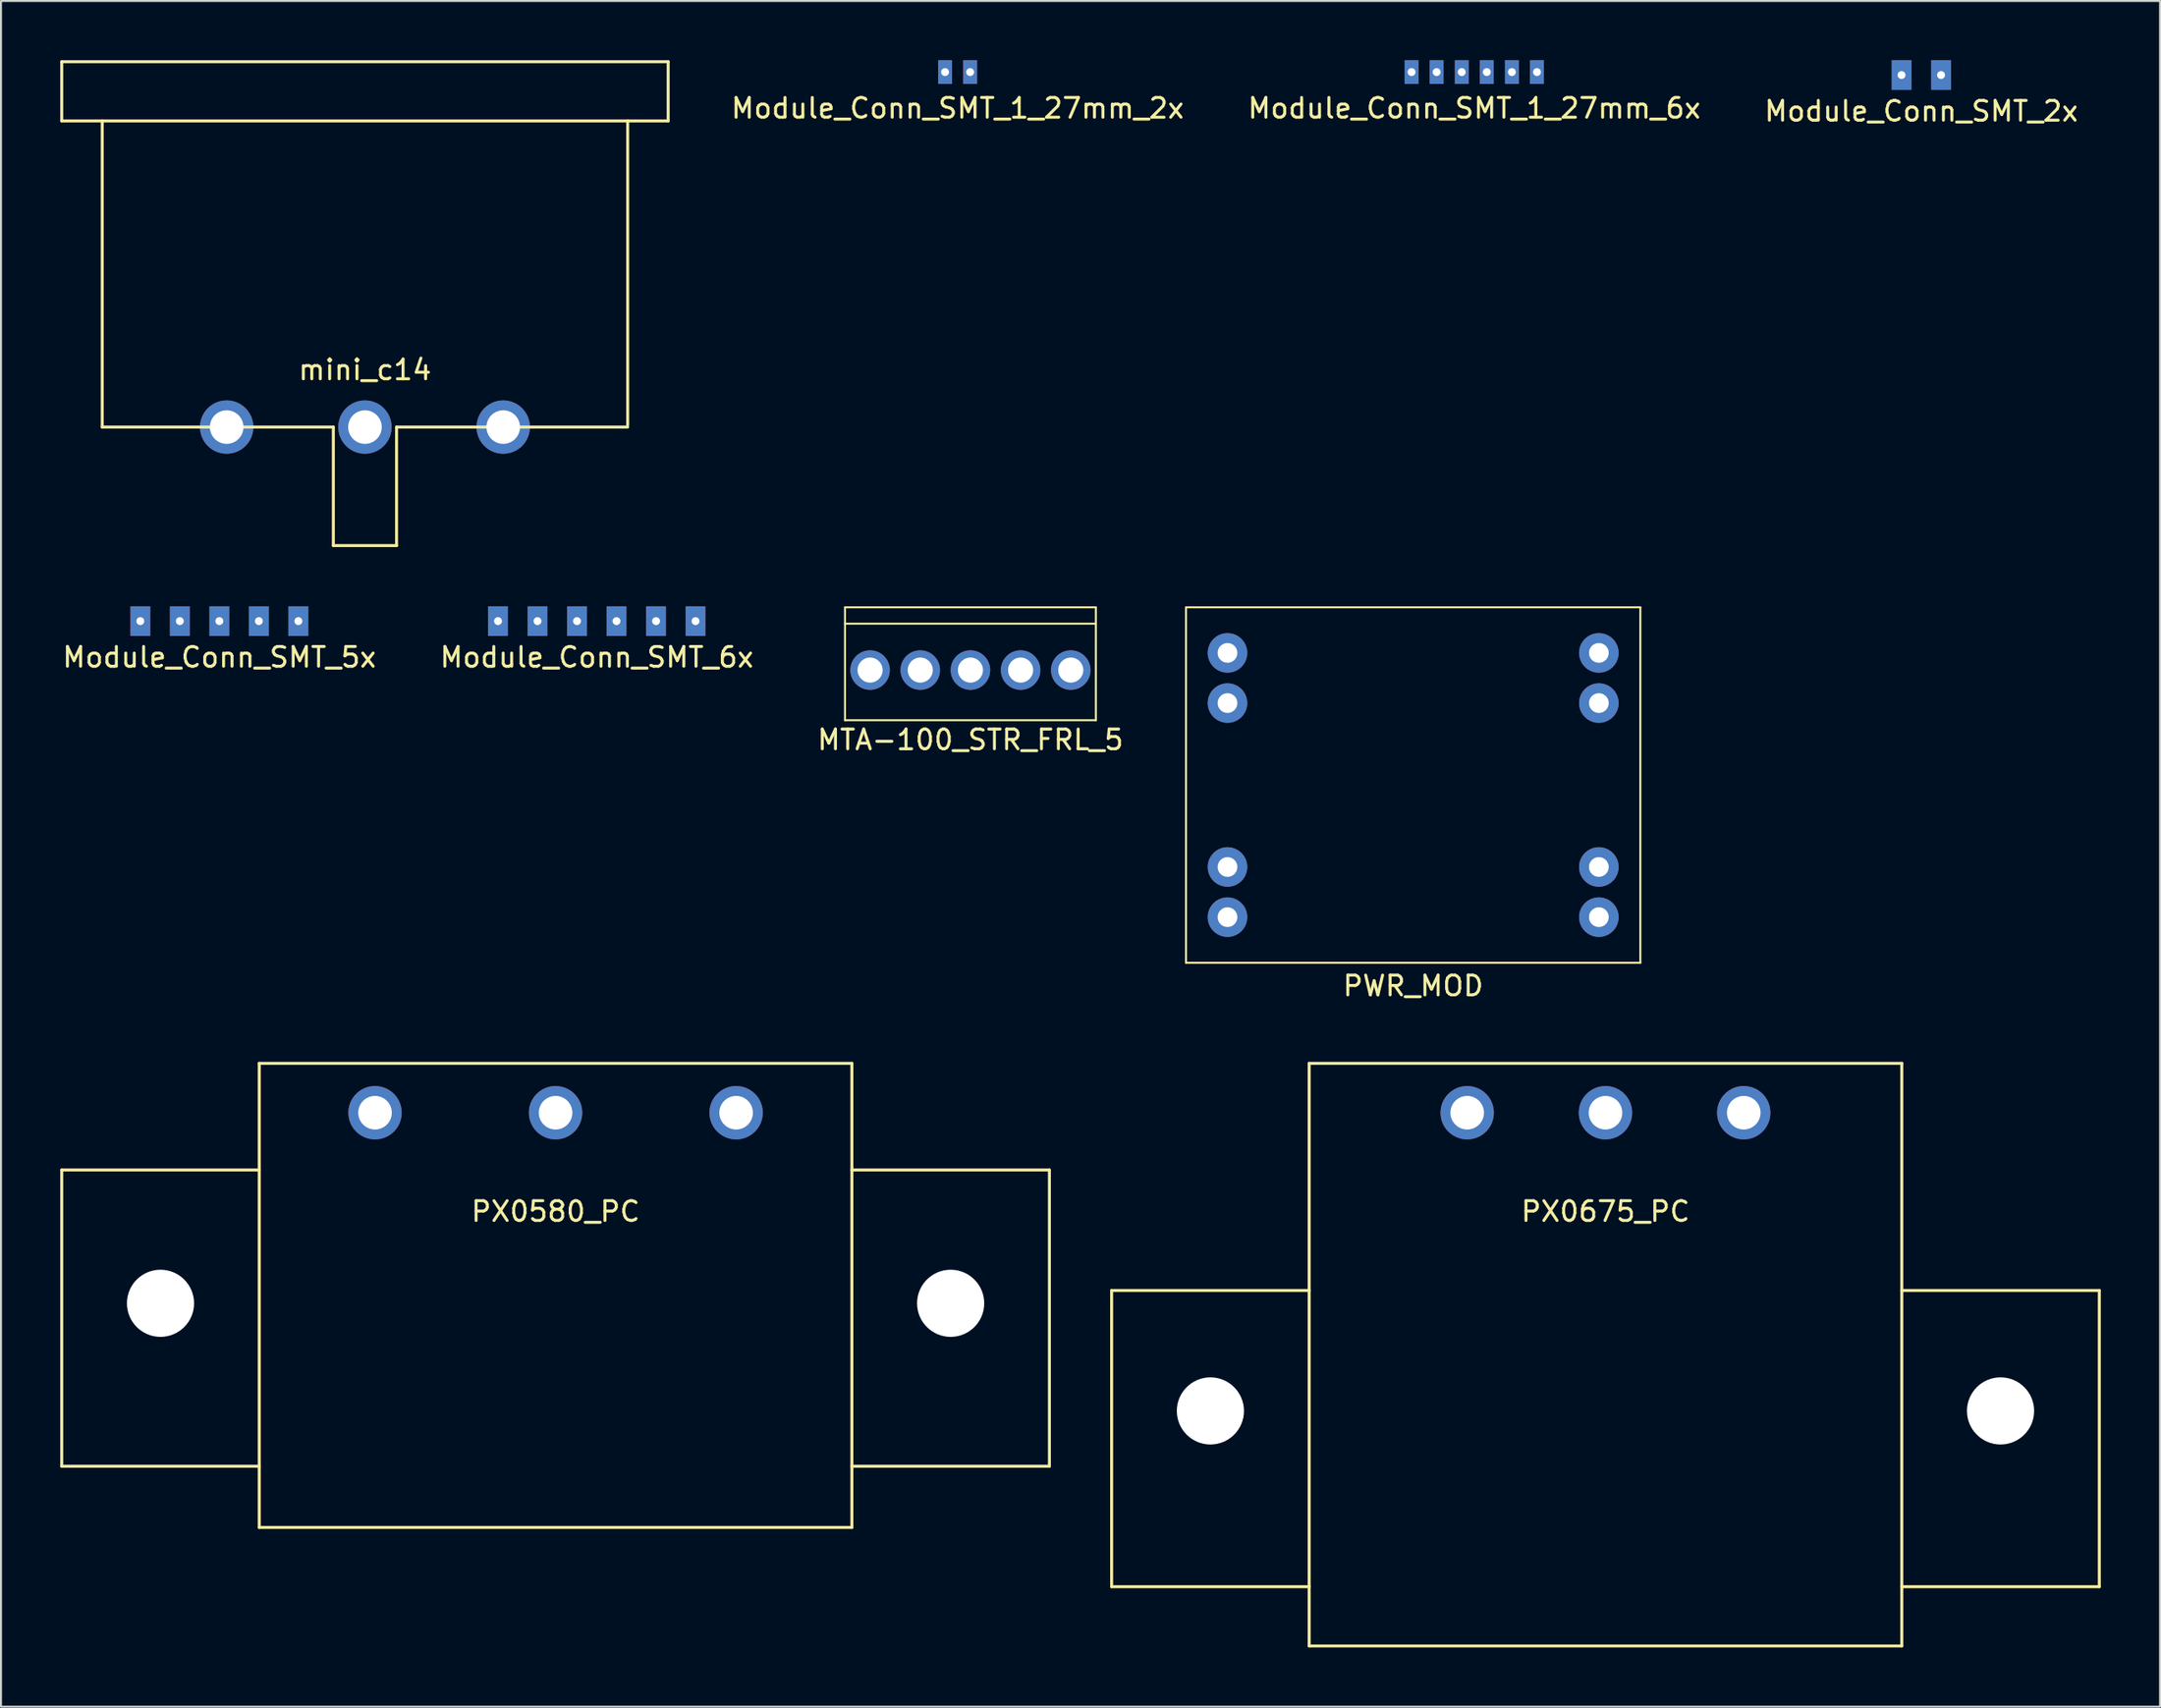
<source format=kicad_pcb>
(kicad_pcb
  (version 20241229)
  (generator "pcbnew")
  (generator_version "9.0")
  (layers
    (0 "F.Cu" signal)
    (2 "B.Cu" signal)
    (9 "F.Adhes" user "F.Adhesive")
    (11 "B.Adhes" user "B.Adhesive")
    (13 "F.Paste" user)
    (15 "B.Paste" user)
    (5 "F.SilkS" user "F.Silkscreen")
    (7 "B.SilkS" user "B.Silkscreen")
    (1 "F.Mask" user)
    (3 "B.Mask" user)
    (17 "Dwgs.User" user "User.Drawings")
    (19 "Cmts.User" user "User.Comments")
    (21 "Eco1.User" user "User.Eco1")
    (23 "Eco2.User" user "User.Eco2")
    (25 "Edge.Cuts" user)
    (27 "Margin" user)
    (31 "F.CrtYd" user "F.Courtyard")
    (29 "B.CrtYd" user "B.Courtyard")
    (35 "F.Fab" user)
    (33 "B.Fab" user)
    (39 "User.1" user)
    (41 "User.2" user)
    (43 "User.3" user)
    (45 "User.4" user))
  (footprint "Module_Conn_SMT_1_27mm_6x"
    (layer "F.Cu")
    (at 71.582 0.6)
    (property "Reference" "Module_Conn_SMT_1_27mm_6x" (at 0 1.83 0) (layer "F.SilkS") (effects (font (size 1 1) (thickness 0.15))))
    (attr through_hole)
    (pad "1" thru_hole rect (at 3.175 0) (size 0.7 1.2) (drill 0.4) (layers "*.Cu" "*.Mask"))
    (pad "2" thru_hole rect (at 1.905 0) (size 0.7 1.2) (drill 0.4) (layers "*.Cu" "*.Mask"))
    (pad "3" thru_hole rect (at 0.635 0) (size 0.7 1.2) (drill 0.4) (layers "*.Cu" "*.Mask"))
    (pad "4" thru_hole rect (at -0.635 0) (size 0.7 1.2) (drill 0.4) (layers "*.Cu" "*.Mask"))
    (pad "5" thru_hole rect (at -1.905 0) (size 0.7 1.2) (drill 0.4) (layers "*.Cu" "*.Mask"))
    (pad "6" thru_hole rect (at -3.175 0) (size 0.7 1.2) (drill 0.4) (layers "*.Cu" "*.Mask")))
  (footprint "mini_c14"
    (layer "F.Cu")
    (at 15.425 18.575)
    (property "Reference" "mini_c14" (at 0 -2.9 0) (layer "F.SilkS") (effects (font (size 1 1) (thickness 0.15))))
    (attr through_hole)
    (fp_line (start -15.35 -18.5) (end -15.35 -15.5) (stroke (width 0.15) (type solid)) (layer "F.SilkS"))
    (fp_line (start -15.35 -15.5) (end -13.3 -15.5) (stroke (width 0.15) (type solid)) (layer "F.SilkS"))
    (fp_line (start -13.3 -15.5) (end -13.3 0) (stroke (width 0.15) (type solid)) (layer "F.SilkS"))
    (fp_line (start -13.3 0) (end -1.6 0) (stroke (width 0.15) (type solid)) (layer "F.SilkS"))
    (fp_line (start -1.6 0) (end -1.6 6) (stroke (width 0.15) (type solid)) (layer "F.SilkS"))
    (fp_line (start -1.6 6) (end 1.6 6) (stroke (width 0.15) (type solid)) (layer "F.SilkS"))
    (fp_line (start 1.6 0) (end 13.3 0) (stroke (width 0.15) (type solid)) (layer "F.SilkS"))
    (fp_line (start 1.6 6) (end 1.6 0) (stroke (width 0.15) (type solid)) (layer "F.SilkS"))
    (fp_line (start 13.3 -15.5) (end -13.3 -15.5) (stroke (width 0.15) (type solid)) (layer "F.SilkS"))
    (fp_line (start 13.3 -15.5) (end 15.35 -15.5) (stroke (width 0.15) (type solid)) (layer "F.SilkS"))
    (fp_line (start 13.3 -0.1) (end 13.3 -15.5) (stroke (width 0.15) (type solid)) (layer "F.SilkS"))
    (fp_line (start 15.35 -18.5) (end -15.35 -18.5) (stroke (width 0.15) (type solid)) (layer "F.SilkS"))
    (fp_line (start 15.35 -15.5) (end 15.35 -18.5) (stroke (width 0.15) (type solid)) (layer "F.SilkS"))
    (pad "1" thru_hole circle (at 7 0) (size 2.7 2.7) (drill 1.7) (layers "*.Cu" "*.Mask"))
    (pad "2" thru_hole circle (at 0 0) (size 2.7 2.7) (drill 1.7) (layers "*.Cu" "*.Mask"))
    (pad "3" thru_hole circle (at -7 0) (size 2.7 2.7) (drill 1.7) (layers "*.Cu" "*.Mask")))
  (footprint "PWR_MOD"
    (layer "F.Cu")
    (at 68.49 36.7)
    (property "Reference" "PWR_MOD" (at 0 10.17 0) (layer "F.SilkS") (effects (font (size 1 1) (thickness 0.15))))
    (attr through_hole)
    (fp_line (start -11.5 -9) (end 11.5 -9) (stroke (width 0.1) (type solid)) (layer "F.SilkS"))
    (fp_line (start -11.5 9) (end -11.5 -9) (stroke (width 0.1) (type solid)) (layer "F.SilkS"))
    (fp_line (start 11.5 -9) (end 11.5 9) (stroke (width 0.1) (type solid)) (layer "F.SilkS"))
    (fp_line (start 11.5 9) (end -11.5 9) (stroke (width 0.1) (type solid)) (layer "F.SilkS"))
    (pad "1" thru_hole circle (at -9.4 -6.69) (size 2 2) (drill 1) (layers "*.Cu" "*.Mask"))
    (pad "1" thru_hole circle (at -9.4 -4.15) (size 2 2) (drill 1) (layers "*.Cu" "*.Mask"))
    (pad "2" thru_hole circle (at -9.4 4.15) (size 2 2) (drill 1) (layers "*.Cu" "*.Mask"))
    (pad "2" thru_hole circle (at -9.4 6.69) (size 2 2) (drill 1) (layers "*.Cu" "*.Mask"))
    (pad "3" thru_hole circle (at 9.4 -6.69) (size 2 2) (drill 1) (layers "*.Cu" "*.Mask"))
    (pad "3" thru_hole circle (at 9.4 -4.15) (size 2 2) (drill 1) (layers "*.Cu" "*.Mask"))
    (pad "4" thru_hole circle (at 9.4 4.15) (size 2 2) (drill 1) (layers "*.Cu" "*.Mask"))
    (pad "4" thru_hole circle (at 9.4 6.69) (size 2 2) (drill 1) (layers "*.Cu" "*.Mask")))
  (footprint "Module_Conn_SMT_5x"
    (layer "F.Cu")
    (at 8.054 28.4)
    (property "Reference" "Module_Conn_SMT_5x" (at 0 1.83 0) (layer "F.SilkS") (effects (font (size 1 1) (thickness 0.15))))
    (attr through_hole)
    (pad "1" thru_hole rect (at 4 0) (size 1 1.5) (drill 0.4) (layers "*.Cu" "*.Mask"))
    (pad "2" thru_hole rect (at 2 0) (size 1 1.5) (drill 0.4) (layers "*.Cu" "*.Mask"))
    (pad "3" thru_hole rect (at 0 0) (size 1 1.5) (drill 0.4) (layers "*.Cu" "*.Mask"))
    (pad "4" thru_hole rect (at -2 0) (size 1 1.5) (drill 0.4) (layers "*.Cu" "*.Mask"))
    (pad "5" thru_hole rect (at -4 0) (size 1 1.5) (drill 0.4) (layers "*.Cu" "*.Mask")))
  (footprint "Module_Conn_SMT_2x"
    (layer "F.Cu")
    (at 94.213 0.75)
    (property "Reference" "Module_Conn_SMT_2x" (at 0 1.83 0) (layer "F.SilkS") (effects (font (size 1 1) (thickness 0.15))))
    (attr through_hole)
    (pad "1" thru_hole rect (at 1 0) (size 1 1.5) (drill 0.4) (layers "*.Cu" "*.Mask"))
    (pad "2" thru_hole rect (at -1 0) (size 1 1.5) (drill 0.4) (layers "*.Cu" "*.Mask")))
  (footprint "PX0675_PC"
    (layer "F.Cu")
    (at 78.225 53.293)
    (property "Reference" "PX0675_PC" (at 0 5 0) (layer "F.SilkS") (effects (font (size 1 1) (thickness 0.15))))
    (attr through_hole)
    (fp_line (start -25 9) (end -15 9) (stroke (width 0.15) (type solid)) (layer "F.SilkS"))
    (fp_line (start -25 24) (end -25 9) (stroke (width 0.15) (type solid)) (layer "F.SilkS"))
    (fp_line (start -15 -2.5) (end 15 -2.5) (stroke (width 0.15) (type solid)) (layer "F.SilkS"))
    (fp_line (start -15 24) (end -25 24) (stroke (width 0.15) (type solid)) (layer "F.SilkS"))
    (fp_line (start -15 27) (end -15 -2.5) (stroke (width 0.15) (type solid)) (layer "F.SilkS"))
    (fp_line (start 15 -2.5) (end 15 27) (stroke (width 0.15) (type solid)) (layer "F.SilkS"))
    (fp_line (start 15 9) (end 25 9) (stroke (width 0.15) (type solid)) (layer "F.SilkS"))
    (fp_line (start 15 27) (end -15 27) (stroke (width 0.15) (type solid)) (layer "F.SilkS"))
    (fp_line (start 25 9) (end 25 24) (stroke (width 0.15) (type solid)) (layer "F.SilkS"))
    (fp_line (start 25 24) (end 15 24) (stroke (width 0.15) (type solid)) (layer "F.SilkS"))
    (pad "" np_thru_hole circle (at -20 15.1) (size 3.4 3.4) (drill 3.4) (layers "*.Cu" "*.Mask"))
    (pad "" np_thru_hole circle (at 20 15.1) (size 3.4 3.4) (drill 3.4) (layers "*.Cu" "*.Mask"))
    (pad "1" thru_hole circle (at -7 0) (size 2.7 2.7) (drill 1.7) (layers "*.Cu" "*.Mask"))
    (pad "2" thru_hole circle (at 0 0) (size 2.7 2.7) (drill 1.7) (layers "*.Cu" "*.Mask"))
    (pad "3" thru_hole circle (at 7 0) (size 2.7 2.7) (drill 1.7) (layers "*.Cu" "*.Mask")))
  (footprint "Module_Conn_SMT_6x"
    (layer "F.Cu")
    (at 27.161 28.4)
    (property "Reference" "Module_Conn_SMT_6x" (at 0 1.83 0) (layer "F.SilkS") (effects (font (size 1 1) (thickness 0.15))))
    (attr through_hole)
    (pad "1" thru_hole rect (at 5 0) (size 1 1.5) (drill 0.4) (layers "*.Cu" "*.Mask"))
    (pad "2" thru_hole rect (at 3 0) (size 1 1.5) (drill 0.4) (layers "*.Cu" "*.Mask"))
    (pad "3" thru_hole rect (at 1 0) (size 1 1.5) (drill 0.4) (layers "*.Cu" "*.Mask"))
    (pad "4" thru_hole rect (at -1 0) (size 1 1.5) (drill 0.4) (layers "*.Cu" "*.Mask"))
    (pad "5" thru_hole rect (at -3 0) (size 1 1.5) (drill 0.4) (layers "*.Cu" "*.Mask"))
    (pad "6" thru_hole rect (at -5 0) (size 1 1.5) (drill 0.4) (layers "*.Cu" "*.Mask")))
  (footprint "PX0580_PC"
    (layer "F.Cu")
    (at 25.075 53.293)
    (property "Reference" "PX0580_PC" (at 0 5 0) (layer "F.SilkS") (effects (font (size 1 1) (thickness 0.15))))
    (attr through_hole)
    (fp_line (start -25 2.9) (end -15 2.9) (stroke (width 0.15) (type solid)) (layer "F.SilkS"))
    (fp_line (start -25 17.9) (end -25 2.9) (stroke (width 0.15) (type solid)) (layer "F.SilkS"))
    (fp_line (start -15 -2.5) (end 15 -2.5) (stroke (width 0.15) (type solid)) (layer "F.SilkS"))
    (fp_line (start -15 17.9) (end -25 17.9) (stroke (width 0.15) (type solid)) (layer "F.SilkS"))
    (fp_line (start -15 21) (end -15 -2.5) (stroke (width 0.15) (type solid)) (layer "F.SilkS"))
    (fp_line (start 15 -2.5) (end 15 21) (stroke (width 0.15) (type solid)) (layer "F.SilkS"))
    (fp_line (start 15 2.9) (end 25 2.9) (stroke (width 0.15) (type solid)) (layer "F.SilkS"))
    (fp_line (start 15 21) (end -15 21) (stroke (width 0.15) (type solid)) (layer "F.SilkS"))
    (fp_line (start 25 2.9) (end 25 17.9) (stroke (width 0.15) (type solid)) (layer "F.SilkS"))
    (fp_line (start 25 17.9) (end 15 17.9) (stroke (width 0.15) (type solid)) (layer "F.SilkS"))
    (pad "" np_thru_hole circle (at -20 9.65) (size 3.4 3.4) (drill 3.4) (layers "*.Cu" "*.Mask"))
    (pad "" np_thru_hole circle (at 20 9.65) (size 3.4 3.4) (drill 3.4) (layers "*.Cu" "*.Mask"))
    (pad "1" thru_hole circle (at -9.14 0) (size 2.7 2.7) (drill 1.7) (layers "*.Cu" "*.Mask"))
    (pad "2" thru_hole circle (at 0 0) (size 2.7 2.7) (drill 1.7) (layers "*.Cu" "*.Mask"))
    (pad "3" thru_hole circle (at 9.14 0) (size 2.7 2.7) (drill 1.7) (layers "*.Cu" "*.Mask")))
  (footprint "Module_Conn_SMT_1_27mm_2x"
    (layer "F.Cu")
    (at 45.427 0.6)
    (property "Reference" "Module_Conn_SMT_1_27mm_2x" (at 0 1.83 0) (layer "F.SilkS") (effects (font (size 1 1) (thickness 0.15))))
    (attr through_hole)
    (pad "1" thru_hole rect (at 0.635 0) (size 0.7 1.2) (drill 0.4) (layers "*.Cu" "*.Mask"))
    (pad "2" thru_hole rect (at -0.635 0) (size 0.7 1.2) (drill 0.4) (layers "*.Cu" "*.Mask")))
  (footprint "MTA-100_STR_FRL_5"
    (layer "F.Cu")
    (at 46.077 30.88)
    (property "Reference" "MTA-100_STR_FRL_5" (at 0 3.53 0) (layer "F.SilkS") (effects (font (size 1 1) (thickness 0.15))))
    (attr through_hole)
    (fp_line (start -6.35 -3.18) (end 6.35 -3.18) (stroke (width 0.1) (type solid)) (layer "F.SilkS"))
    (fp_line (start -6.35 -2.35) (end 6.35 -2.35) (stroke (width 0.1) (type solid)) (layer "F.SilkS"))
    (fp_line (start -6.35 2.54) (end -6.35 -3.18) (stroke (width 0.1) (type solid)) (layer "F.SilkS"))
    (fp_line (start 6.35 -3.18) (end 6.35 2.54) (stroke (width 0.1) (type solid)) (layer "F.SilkS"))
    (fp_line (start 6.35 2.54) (end -6.35 2.54) (stroke (width 0.1) (type solid)) (layer "F.SilkS"))
    (pad "1" thru_hole circle (at -5.08 0) (size 2 2) (drill 1.27) (layers "*.Cu" "*.Mask"))
    (pad "2" thru_hole circle (at -2.54 0) (size 2 2) (drill 1.27) (layers "*.Cu" "*.Mask"))
    (pad "3" thru_hole circle (at 0 0) (size 2 2) (drill 1.27) (layers "*.Cu" "*.Mask"))
    (pad "4" thru_hole circle (at 2.54 0) (size 2 2) (drill 1.27) (layers "*.Cu" "*.Mask"))
    (pad "5" thru_hole circle (at 5.08 0) (size 2 2) (drill 1.27) (layers "*.Cu" "*.Mask")))
  (gr_rect
    (start -3 -3)
    (end 106.3 83.368)
    (stroke (width 0.1) (type default))
    (fill no)
    (layer "Edge.Cuts")))
</source>
